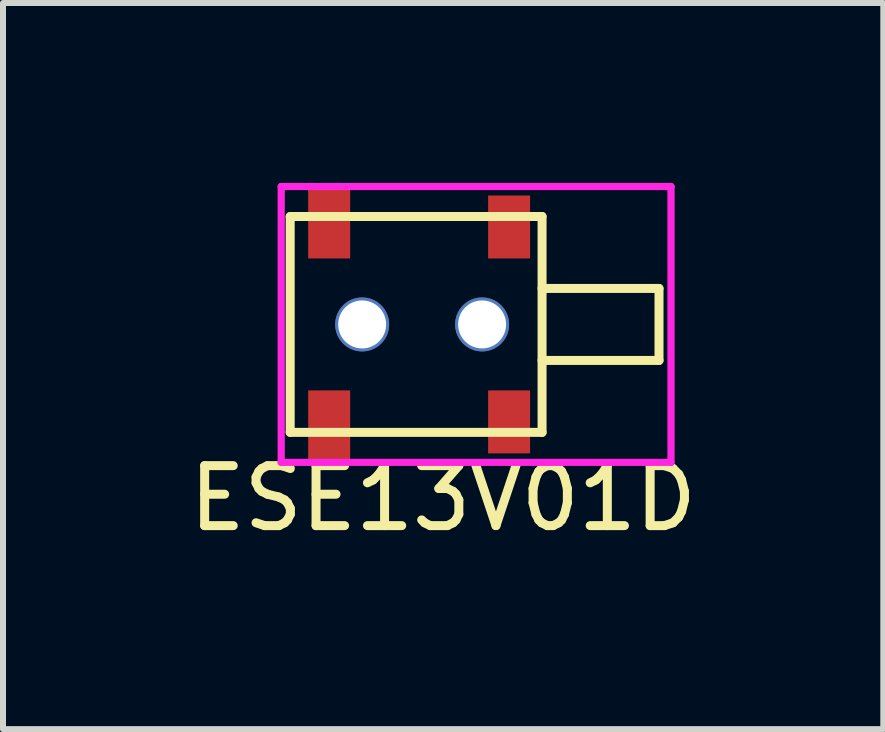
<source format=kicad_pcb>
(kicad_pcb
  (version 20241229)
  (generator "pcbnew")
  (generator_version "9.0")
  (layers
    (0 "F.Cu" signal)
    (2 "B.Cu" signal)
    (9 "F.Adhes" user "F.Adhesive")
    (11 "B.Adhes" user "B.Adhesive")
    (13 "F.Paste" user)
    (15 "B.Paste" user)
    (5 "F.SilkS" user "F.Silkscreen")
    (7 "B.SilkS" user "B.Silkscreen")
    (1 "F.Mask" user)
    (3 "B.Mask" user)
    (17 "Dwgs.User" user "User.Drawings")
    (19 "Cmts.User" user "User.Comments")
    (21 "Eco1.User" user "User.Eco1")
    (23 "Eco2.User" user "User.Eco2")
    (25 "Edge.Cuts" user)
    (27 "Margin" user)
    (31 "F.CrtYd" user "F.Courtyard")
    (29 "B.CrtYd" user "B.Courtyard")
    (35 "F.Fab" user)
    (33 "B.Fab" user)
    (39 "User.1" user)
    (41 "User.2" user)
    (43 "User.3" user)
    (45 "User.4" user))
  (footprint "ESE13V01D"
    (layer "F.Cu")
    (at 5.439 2.36)
    (property "Reference" "ESE13V01D" (at -1.1 2.9 0) (layer "F.SilkS") (effects (font (size 1 1) (thickness 0.15))))
    (attr through_hole)
    (fp_line (start -3.65 -1.8) (end 0.55 -1.8) (stroke (width 0.15) (type solid)) (layer "F.SilkS"))
    (fp_line (start -3.65 1.8) (end -3.65 -1.8) (stroke (width 0.15) (type solid)) (layer "F.SilkS"))
    (fp_line (start 0.55 -1.8) (end 0.55 1.8) (stroke (width 0.15) (type solid)) (layer "F.SilkS"))
    (fp_line (start 0.55 -0.6) (end 2.5 -0.6) (stroke (width 0.15) (type solid)) (layer "F.SilkS"))
    (fp_line (start 0.55 1.8) (end -3.65 1.8) (stroke (width 0.15) (type solid)) (layer "F.SilkS"))
    (fp_line (start 2.5 -0.6) (end 2.5 0.6) (stroke (width 0.15) (type solid)) (layer "F.SilkS"))
    (fp_line (start 2.5 0.6) (end 0.55 0.6) (stroke (width 0.15) (type solid)) (layer "F.SilkS"))
    (fp_line (start -3.8 -2.3) (end 2.7 -2.3) (stroke (width 0.12) (type solid)) (layer "F.CrtYd"))
    (fp_line (start -3.8 2.3) (end -3.8 -2.3) (stroke (width 0.12) (type solid)) (layer "F.CrtYd"))
    (fp_line (start 2.7 -2.3) (end 2.7 2.3) (stroke (width 0.12) (type solid)) (layer "F.CrtYd"))
    (fp_line (start 2.7 2.3) (end -3.8 2.3) (stroke (width 0.12) (type solid)) (layer "F.CrtYd"))
    (pad "" np_thru_hole circle (at -2.45 0) (size 0.9 0.9) (drill 0.8) (layers "*.Cu" "*.Mask"))
    (pad "" np_thru_hole circle (at -0.45 0) (size 0.9 0.9) (drill 0.8) (layers "*.Cu" "*.Mask"))
    (pad "1" smd rect (at -3 -1.7) (size 0.7 1.2) (layers "F.Cu" "F.Mask" "F.Paste"))
    (pad "2" smd rect (at -3 1.7) (size 0.7 1.2) (layers "F.Cu" "F.Mask" "F.Paste"))
    (pad "~" smd rect (at 0 -1.625) (size 0.7 1.05) (layers "F.Cu" "F.Mask" "F.Paste"))
    (pad "~" smd rect (at 0 1.625) (size 0.7 1.05) (layers "F.Cu" "F.Mask" "F.Paste")))
  (gr_rect
    (start -3 -3)
    (end 11.679 9.108)
    (stroke (width 0.1) (type default))
    (fill no)
    (layer "Edge.Cuts")))
</source>
